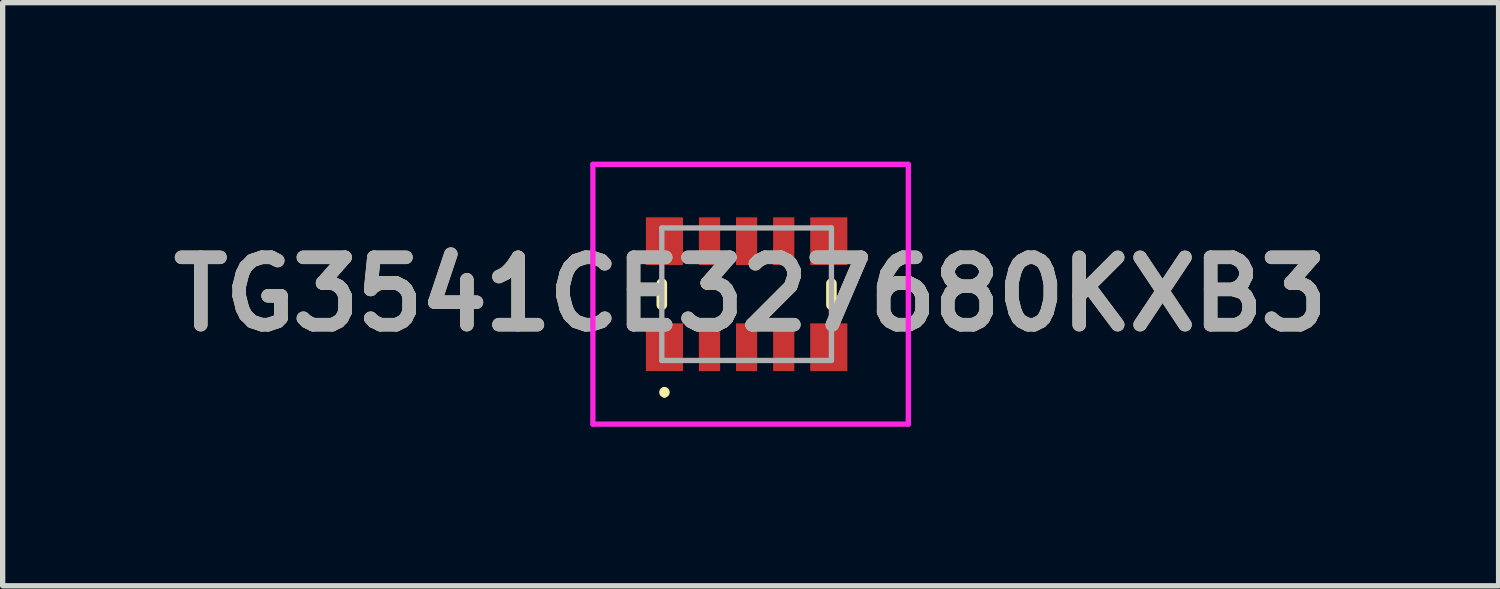
<source format=kicad_pcb>
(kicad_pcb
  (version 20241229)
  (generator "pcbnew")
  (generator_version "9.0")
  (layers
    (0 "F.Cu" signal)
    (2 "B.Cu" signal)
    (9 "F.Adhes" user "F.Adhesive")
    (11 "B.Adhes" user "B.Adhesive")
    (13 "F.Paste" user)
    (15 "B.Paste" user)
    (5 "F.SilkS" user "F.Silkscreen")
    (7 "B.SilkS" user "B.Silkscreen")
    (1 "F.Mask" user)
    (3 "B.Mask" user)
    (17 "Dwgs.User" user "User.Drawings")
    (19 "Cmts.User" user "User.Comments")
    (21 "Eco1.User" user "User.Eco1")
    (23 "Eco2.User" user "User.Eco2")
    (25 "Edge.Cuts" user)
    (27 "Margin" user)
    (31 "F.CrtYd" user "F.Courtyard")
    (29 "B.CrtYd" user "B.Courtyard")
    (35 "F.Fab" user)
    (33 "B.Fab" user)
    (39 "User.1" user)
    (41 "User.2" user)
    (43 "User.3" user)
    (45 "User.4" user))
  (footprint "TG3541CE327680KXB3"
    (layer "F.Cu")
    (at 11.034 2.5)
    (property "Reference" "TG3541CE327680KXB3" (at 0.075 0 0) (layer "F.SilkS") (effects (font (size 1.27 1.27) (thickness 0.254))))
    (attr smd)
    (fp_line (start -1.6 -0.2) (end -1.6 0.2) (stroke (width 0.2) (type solid)) (layer "F.SilkS"))
    (fp_line (start -1.55 1.8) (end -1.55 1.8) (stroke (width 0.1) (type solid)) (layer "F.SilkS"))
    (fp_line (start -1.55 1.9) (end -1.55 1.9) (stroke (width 0.1) (type solid)) (layer "F.SilkS"))
    (fp_line (start 1.6 -0.2) (end 1.6 0.2) (stroke (width 0.2) (type solid)) (layer "F.SilkS"))
    (fp_arc (start -1.55 1.8) (mid -1.5 1.85) (end -1.55 1.9) (stroke (width 0.1) (type solid)) (layer "F.SilkS"))
    (fp_arc (start -1.55 1.9) (mid -1.6 1.85) (end -1.55 1.8) (stroke (width 0.1) (type solid)) (layer "F.SilkS"))
    (fp_line (start -2.9 -2.45) (end 3.05 -2.45) (stroke (width 0.1) (type solid)) (layer "F.CrtYd"))
    (fp_line (start -2.9 2.45) (end -2.9 -2.45) (stroke (width 0.1) (type solid)) (layer "F.CrtYd"))
    (fp_line (start 3.05 -2.45) (end 3.05 2.45) (stroke (width 0.1) (type solid)) (layer "F.CrtYd"))
    (fp_line (start 3.05 2.45) (end -2.9 2.45) (stroke (width 0.1) (type solid)) (layer "F.CrtYd"))
    (fp_line (start -1.6 -1.25) (end -1.6 1.25) (stroke (width 0.1) (type solid)) (layer "F.Fab"))
    (fp_line (start -1.6 1.25) (end 1.6 1.25) (stroke (width 0.1) (type solid)) (layer "F.Fab"))
    (fp_line (start 1.6 -1.25) (end -1.6 -1.25) (stroke (width 0.1) (type solid)) (layer "F.Fab"))
    (fp_line (start 1.6 1.25) (end 1.6 -1.25) (stroke (width 0.1) (type solid)) (layer "F.Fab"))
    (fp_text user "${REFERENCE}" (at 0.075 0 0) (layer "F.Fab") (effects (font (size 1.27 1.27) (thickness 0.254))))
    (pad "1" smd rect (at -1.55 1) (size 0.7 0.9) (layers "F.Cu" "F.Mask" "F.Paste"))
    (pad "2" smd rect (at -0.7 1) (size 0.4 0.9) (layers "F.Cu" "F.Mask" "F.Paste"))
    (pad "3" smd rect (at 0 1) (size 0.4 0.9) (layers "F.Cu" "F.Mask" "F.Paste"))
    (pad "4" smd rect (at 0.7 1) (size 0.4 0.9) (layers "F.Cu" "F.Mask" "F.Paste"))
    (pad "5" smd rect (at 1.55 1) (size 0.7 0.9) (layers "F.Cu" "F.Mask" "F.Paste"))
    (pad "6" smd rect (at 1.55 -1) (size 0.7 0.9) (layers "F.Cu" "F.Mask" "F.Paste"))
    (pad "7" smd rect (at 0.7 -1) (size 0.4 0.9) (layers "F.Cu" "F.Mask" "F.Paste"))
    (pad "8" smd rect (at 0 -1) (size 0.4 0.9) (layers "F.Cu" "F.Mask" "F.Paste"))
    (pad "9" smd rect (at -0.7 -1) (size 0.4 0.9) (layers "F.Cu" "F.Mask" "F.Paste"))
    (pad "10" smd rect (at -1.55 -1) (size 0.7 0.9) (layers "F.Cu" "F.Mask" "F.Paste")))
  (gr_rect
    (start -3 -3)
    (end 25.219 8)
    (stroke (width 0.1) (type default))
    (fill no)
    (layer "Edge.Cuts")))
</source>
